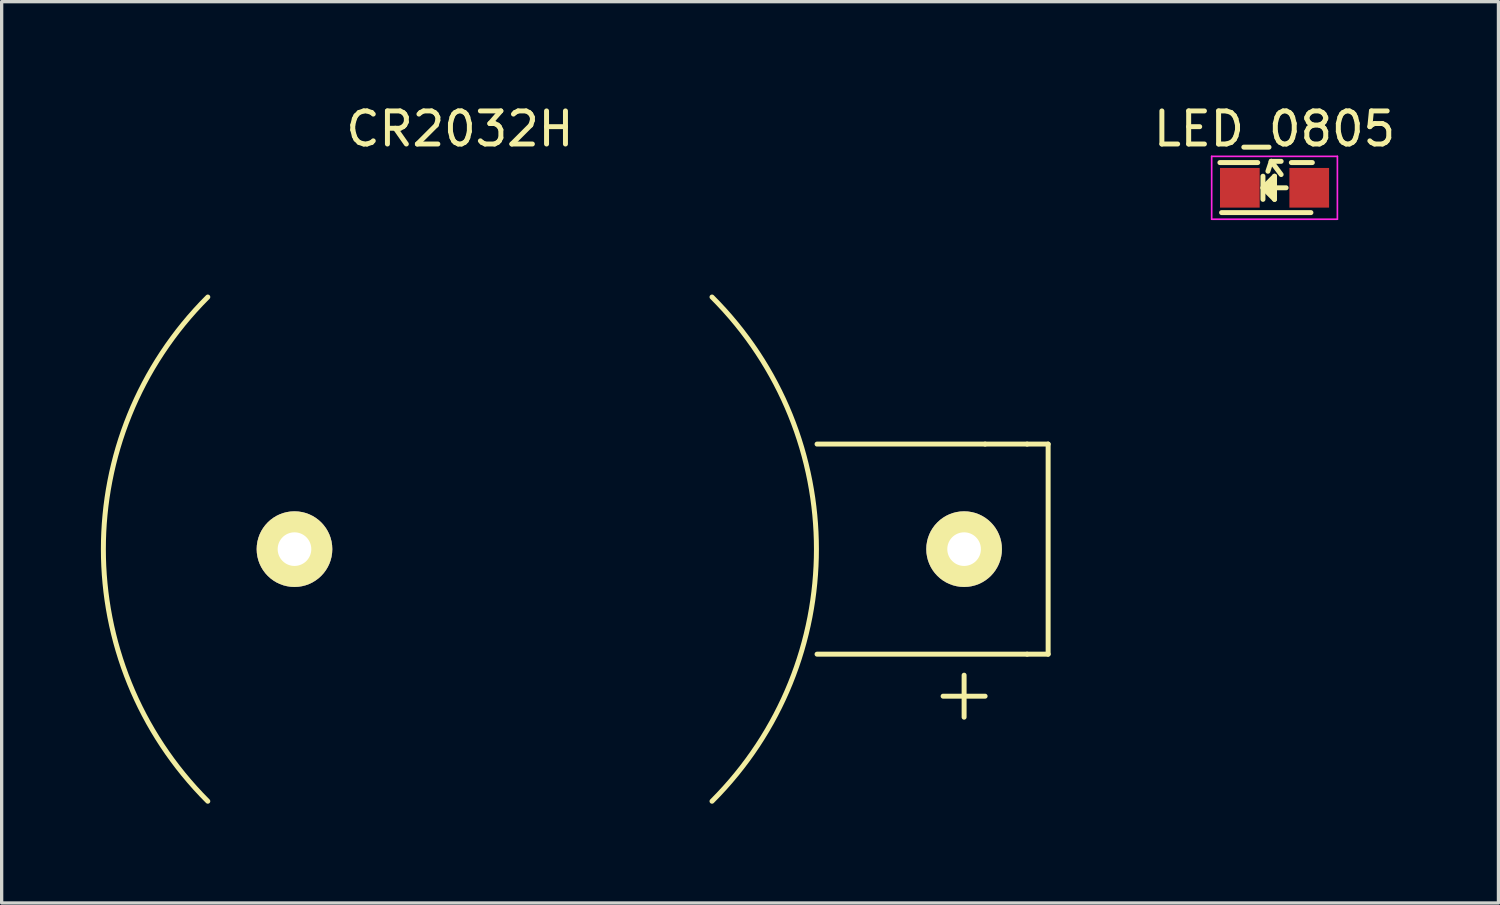
<source format=kicad_pcb>
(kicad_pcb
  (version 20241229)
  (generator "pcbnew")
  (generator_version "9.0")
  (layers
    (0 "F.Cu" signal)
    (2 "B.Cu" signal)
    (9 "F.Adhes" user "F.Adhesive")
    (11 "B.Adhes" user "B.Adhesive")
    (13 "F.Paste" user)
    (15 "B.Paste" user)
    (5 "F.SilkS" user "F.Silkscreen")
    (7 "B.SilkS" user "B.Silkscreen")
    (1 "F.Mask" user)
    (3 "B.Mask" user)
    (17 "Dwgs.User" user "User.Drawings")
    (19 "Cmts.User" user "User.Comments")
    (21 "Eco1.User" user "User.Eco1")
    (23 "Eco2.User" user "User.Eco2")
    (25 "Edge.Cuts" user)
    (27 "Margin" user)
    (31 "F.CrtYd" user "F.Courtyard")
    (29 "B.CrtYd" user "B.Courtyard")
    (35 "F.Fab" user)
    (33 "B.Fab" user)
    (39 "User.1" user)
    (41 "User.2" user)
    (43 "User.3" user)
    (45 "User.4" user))
  (footprint "CR2032H"
    (layer "F.Cu")
    (at 10.851 13.548)
    (property "Reference" "CR2032H" (at 0 -12.7 0) (layer "F.SilkS") (effects (font (size 1 1) (thickness 0.15))))
    (attr through_hole)
    (fp_line (start 10.795 -3.175) (end 15.875 -3.175) (stroke (width 0.15) (type solid)) (layer "F.SilkS"))
    (fp_line (start 14.605 4.445) (end 15.875 4.445) (stroke (width 0.15) (type solid)) (layer "F.SilkS"))
    (fp_line (start 15.24 3.81) (end 15.24 5.08) (stroke (width 0.15) (type solid)) (layer "F.SilkS"))
    (fp_line (start 15.875 -3.175) (end 17.145 -3.175) (stroke (width 0.15) (type solid)) (layer "F.SilkS"))
    (fp_line (start 17.145 -3.175) (end 17.78 -3.175) (stroke (width 0.15) (type solid)) (layer "F.SilkS"))
    (fp_line (start 17.145 3.175) (end 10.795 3.175) (stroke (width 0.15) (type solid)) (layer "F.SilkS"))
    (fp_line (start 17.78 -3.175) (end 17.78 3.175) (stroke (width 0.15) (type solid)) (layer "F.SilkS"))
    (fp_line (start 17.78 3.175) (end 17.145 3.175) (stroke (width 0.15) (type solid)) (layer "F.SilkS"))
    (fp_arc (start -7.62 7.62) (mid -10.776307 0) (end -7.62 -7.62) (stroke (width 0.15) (type solid)) (layer "F.SilkS"))
    (fp_arc (start 7.62 -7.62) (mid 10.776307 0) (end 7.62 7.62) (stroke (width 0.15) (type solid)) (layer "F.SilkS"))
    (pad "1" thru_hole circle (at 15.24 0) (size 2.286 2.286) (drill 1.016) (layers "*.Cu" "*.Mask" "F.SilkS"))
    (pad "2" thru_hole circle (at -5 0) (size 2.286 2.286) (drill 1.016) (layers "*.Cu" "*.Mask" "F.SilkS")))
  (footprint "LED_0805"
    (layer "F.Cu")
    (at 35.474 2.626)
    (property "Reference" "LED_0805" (at 0 -1.778 0) (layer "F.SilkS") (effects (font (size 1 1) (thickness 0.15))))
    (attr smd)
    (fp_line (start -1.651 -0.762) (end -0.508 -0.762) (stroke (width 0.15) (type solid)) (layer "F.SilkS"))
    (fp_line (start -1.6 0.75) (end 1.1 0.75) (stroke (width 0.15) (type solid)) (layer "F.SilkS"))
    (fp_line (start -0.35 -0.35) (end -0.35 0.35) (stroke (width 0.15) (type solid)) (layer "F.SilkS"))
    (fp_line (start -0.35 0) (end 0 -0.35) (stroke (width 0.15) (type solid)) (layer "F.SilkS"))
    (fp_line (start -0.1 -0.8) (end -0.2 -0.5) (stroke (width 0.15) (type solid)) (layer "F.SilkS"))
    (fp_line (start -0.1 -0.8) (end 0.2 -0.8) (stroke (width 0.15) (type solid)) (layer "F.SilkS"))
    (fp_line (start -0.1 -0.1) (end -0.25 0.05) (stroke (width 0.15) (type solid)) (layer "F.SilkS"))
    (fp_line (start -0.1 0.15) (end -0.1 -0.1) (stroke (width 0.15) (type solid)) (layer "F.SilkS"))
    (fp_line (start 0 -0.35) (end 0 0.35) (stroke (width 0.15) (type solid)) (layer "F.SilkS"))
    (fp_line (start 0 0) (end 0.35 0) (stroke (width 0.15) (type solid)) (layer "F.SilkS"))
    (fp_line (start 0 0.35) (end -0.35 0) (stroke (width 0.15) (type solid)) (layer "F.SilkS"))
    (fp_line (start 0.2 -0.4) (end -0.1 -0.8) (stroke (width 0.15) (type solid)) (layer "F.SilkS"))
    (fp_line (start 1.143 -0.762) (end 0.508 -0.762) (stroke (width 0.15) (type solid)) (layer "F.SilkS"))
    (fp_line (start -1.9 -0.95) (end 1.9 -0.95) (stroke (width 0.05) (type solid)) (layer "F.CrtYd"))
    (fp_line (start -1.9 0.95) (end -1.9 -0.95) (stroke (width 0.05) (type solid)) (layer "F.CrtYd"))
    (fp_line (start 1.9 -0.95) (end 1.9 0.95) (stroke (width 0.05) (type solid)) (layer "F.CrtYd"))
    (fp_line (start 1.9 0.95) (end -1.9 0.95) (stroke (width 0.05) (type solid)) (layer "F.CrtYd"))
    (pad "1" smd rect (at -1.049 0 180) (size 1.199 1.199) (layers "F.Cu" "F.Mask" "F.Paste"))
    (pad "2" smd rect (at 1.049 0 180) (size 1.199 1.199) (layers "F.Cu" "F.Mask" "F.Paste")))
  (gr_rect
    (start -3 -3)
    (end 42.242 24.243)
    (stroke (width 0.1) (type default))
    (fill no)
    (layer "Edge.Cuts")))
</source>
